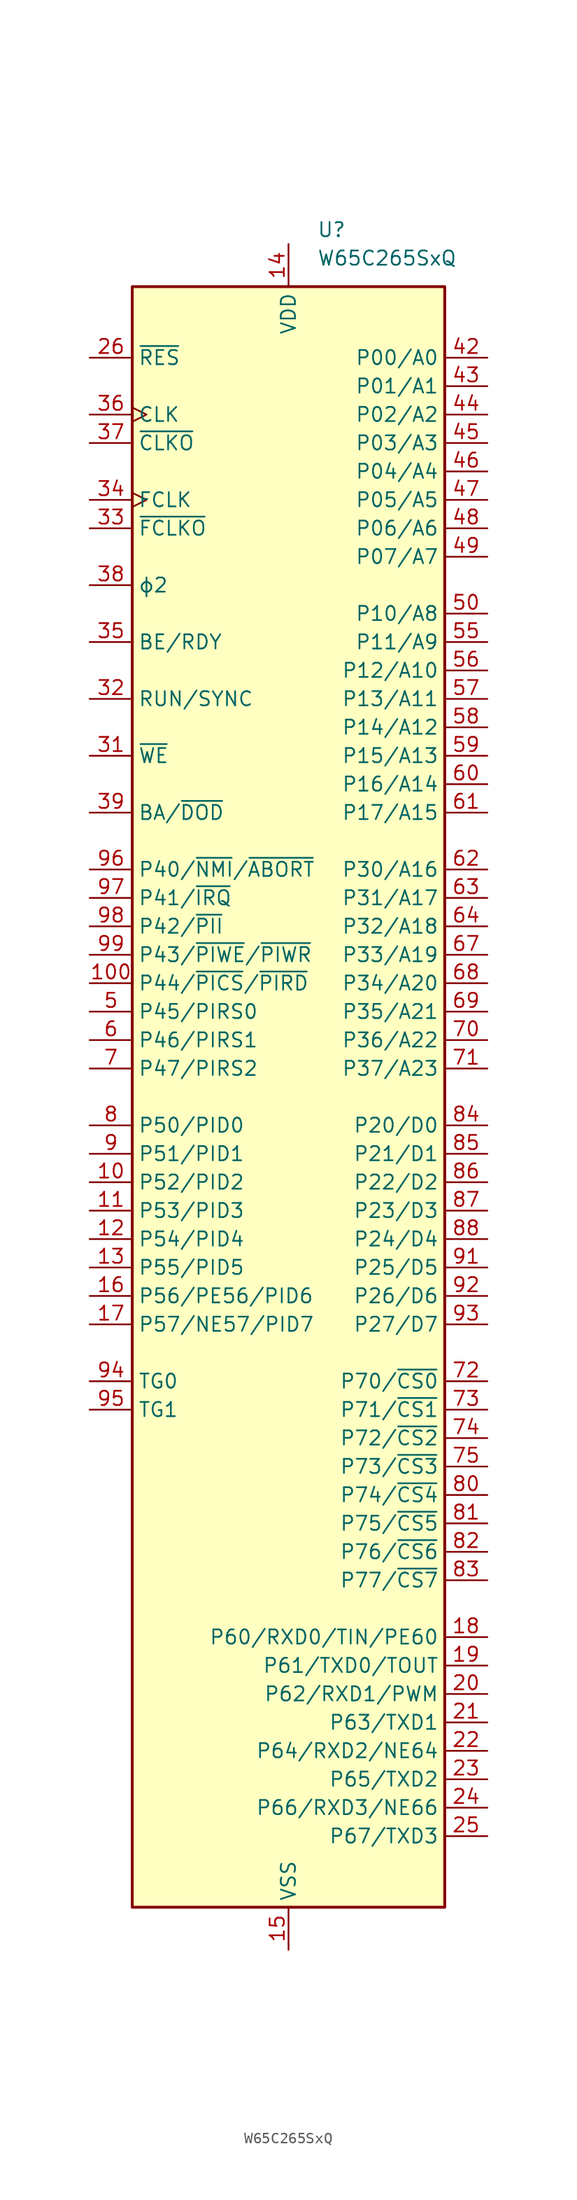
<source format=kicad_sym>
(kicad_symbol_lib
  (version 20211014)
  (generator kicad_symbol_editor)
  (symbol "W65C265SxQ"
    (property "Reference" "U"
      (at 2.54 77.47 0)
      (effects (font (size 1.27 1.27)) (justify left)))
    (property "Value" "W65C265SxQ"
      (at 2.54 74.93 0)
      (effects (font (size 1.27 1.27)) (justify left)))
    (symbol "W65C265SxQ_0_1"
      (rectangle (start -13.97 72.39) (end 13.97 -72.39) (stroke (width 0.254) (type default) (color 0 0 0 0)) (fill (type background))))
    (symbol "W65C265SxQ_1_1"
      (pin no_connect non_logic (at -13.97 -30.48 0) (length 2.54) hide (name "nc" (effects (font (size 1.27 1.27)))) (number "1" (effects (font (size 1.27 1.27)))))
      (pin bidirectional line (at -17.78 -7.62 0) (length 3.81) (name "P52/PID2" (effects (font (size 1.27 1.27)))) (number "10" (effects (font (size 1.27 1.27)))))
      (pin bidirectional line (at -17.78 10.16 0) (length 3.81) (name "P44/~{PICS}/~{PIRD}" (effects (font (size 1.27 1.27)))) (number "100" (effects (font (size 1.27 1.27)))))
      (pin bidirectional line (at -17.78 -10.16 0) (length 3.81) (name "P53/PID3" (effects (font (size 1.27 1.27)))) (number "11" (effects (font (size 1.27 1.27)))))
      (pin bidirectional line (at -17.78 -12.7 0) (length 3.81) (name "P54/PID4" (effects (font (size 1.27 1.27)))) (number "12" (effects (font (size 1.27 1.27)))))
      (pin bidirectional line (at -17.78 -15.24 0) (length 3.81) (name "P55/PID5" (effects (font (size 1.27 1.27)))) (number "13" (effects (font (size 1.27 1.27)))))
      (pin power_in line (at 0 76.2 270) (length 3.81) (name "VDD" (effects (font (size 1.27 1.27)))) (number "14" (effects (font (size 1.27 1.27)))))
      (pin power_in line (at 0 -76.2 90) (length 3.81) (name "VSS" (effects (font (size 1.27 1.27)))) (number "15" (effects (font (size 1.27 1.27)))))
      (pin bidirectional line (at -17.78 -17.78 0) (length 3.81) (name "P56/PE56/PID6" (effects (font (size 1.27 1.27)))) (number "16" (effects (font (size 1.27 1.27)))))
      (pin bidirectional line (at -17.78 -20.32 0) (length 3.81) (name "P57/NE57/PID7" (effects (font (size 1.27 1.27)))) (number "17" (effects (font (size 1.27 1.27)))))
      (pin bidirectional line (at 17.78 -48.26 180) (length 3.81) (name "P60/RXD0/TIN/PE60" (effects (font (size 1.27 1.27)))) (number "18" (effects (font (size 1.27 1.27)))))
      (pin bidirectional line (at 17.78 -50.8 180) (length 3.81) (name "P61/TXD0/TOUT" (effects (font (size 1.27 1.27)))) (number "19" (effects (font (size 1.27 1.27)))))
      (pin no_connect non_logic (at -13.97 -33.02 0) (length 2.54) hide (name "nc" (effects (font (size 1.27 1.27)))) (number "2" (effects (font (size 1.27 1.27)))))
      (pin bidirectional line (at 17.78 -53.34 180) (length 3.81) (name "P62/RXD1/PWM" (effects (font (size 1.27 1.27)))) (number "20" (effects (font (size 1.27 1.27)))))
      (pin bidirectional line (at 17.78 -55.88 180) (length 3.81) (name "P63/TXD1" (effects (font (size 1.27 1.27)))) (number "21" (effects (font (size 1.27 1.27)))))
      (pin bidirectional line (at 17.78 -58.42 180) (length 3.81) (name "P64/RXD2/NE64" (effects (font (size 1.27 1.27)))) (number "22" (effects (font (size 1.27 1.27)))))
      (pin bidirectional line (at 17.78 -60.96 180) (length 3.81) (name "P65/TXD2" (effects (font (size 1.27 1.27)))) (number "23" (effects (font (size 1.27 1.27)))))
      (pin bidirectional line (at 17.78 -63.5 180) (length 3.81) (name "P66/RXD3/NE66" (effects (font (size 1.27 1.27)))) (number "24" (effects (font (size 1.27 1.27)))))
      (pin bidirectional line (at 17.78 -66.04 180) (length 3.81) (name "P67/TXD3" (effects (font (size 1.27 1.27)))) (number "25" (effects (font (size 1.27 1.27)))))
      (pin open_collector line (at -17.78 66.04 0) (length 3.81) (name "~{RES}" (effects (font (size 1.27 1.27)))) (number "26" (effects (font (size 1.27 1.27)))))
      (pin no_connect non_logic (at -13.97 -40.64 0) (length 2.54) hide (name "nc" (effects (font (size 1.27 1.27)))) (number "27" (effects (font (size 1.27 1.27)))))
      (pin no_connect non_logic (at -13.97 -43.18 0) (length 2.54) hide (name "nc" (effects (font (size 1.27 1.27)))) (number "28" (effects (font (size 1.27 1.27)))))
      (pin no_connect non_logic (at -13.97 -45.72 0) (length 2.54) hide (name "nc" (effects (font (size 1.27 1.27)))) (number "29" (effects (font (size 1.27 1.27)))))
      (pin no_connect non_logic (at -13.97 -35.56 0) (length 2.54) hide (name "nc" (effects (font (size 1.27 1.27)))) (number "3" (effects (font (size 1.27 1.27)))))
      (pin no_connect non_logic (at -13.97 -48.26 0) (length 2.54) hide (name "nc" (effects (font (size 1.27 1.27)))) (number "30" (effects (font (size 1.27 1.27)))))
      (pin bidirectional line (at -17.78 30.48 0) (length 3.81) (name "~{WE}" (effects (font (size 1.27 1.27)))) (number "31" (effects (font (size 1.27 1.27)))))
      (pin output line (at -17.78 35.56 0) (length 3.81) (name "RUN/SYNC" (effects (font (size 1.27 1.27)))) (number "32" (effects (font (size 1.27 1.27)))))
      (pin output line (at -17.78 50.8 0) (length 3.81) (name "~{FCLKO}" (effects (font (size 1.27 1.27)))) (number "33" (effects (font (size 1.27 1.27)))))
      (pin input clock (at -17.78 53.34 0) (length 3.81) (name "FCLK" (effects (font (size 1.27 1.27)))) (number "34" (effects (font (size 1.27 1.27)))))
      (pin input line (at -17.78 40.64 0) (length 3.81) (name "BE/RDY" (effects (font (size 1.27 1.27)))) (number "35" (effects (font (size 1.27 1.27)))))
      (pin input clock (at -17.78 60.96 0) (length 3.81) (name "CLK" (effects (font (size 1.27 1.27)))) (number "36" (effects (font (size 1.27 1.27)))))
      (pin output line (at -17.78 58.42 0) (length 3.81) (name "~{CLKO}" (effects (font (size 1.27 1.27)))) (number "37" (effects (font (size 1.27 1.27)))))
      (pin output line (at -17.78 45.72 0) (length 3.81) (name "ϕ2" (effects (font (size 1.27 1.27)))) (number "38" (effects (font (size 1.27 1.27)))))
      (pin output line (at -17.78 25.4 0) (length 3.81) (name "BA/~{DOD}" (effects (font (size 1.27 1.27)))) (number "39" (effects (font (size 1.27 1.27)))))
      (pin no_connect non_logic (at -13.97 -38.1 0) (length 2.54) hide (name "nc" (effects (font (size 1.27 1.27)))) (number "4" (effects (font (size 1.27 1.27)))))
      (pin passive line (at 0 -76.2 90) (length 3.81) hide (name "VSS" (effects (font (size 1.27 1.27)))) (number "40" (effects (font (size 1.27 1.27)))))
      (pin passive line (at 0 76.2 270) (length 3.81) hide (name "VDD" (effects (font (size 1.27 1.27)))) (number "41" (effects (font (size 1.27 1.27)))))
      (pin bidirectional line (at 17.78 66.04 180) (length 3.81) (name "P00/A0" (effects (font (size 1.27 1.27)))) (number "42" (effects (font (size 1.27 1.27)))))
      (pin bidirectional line (at 17.78 63.5 180) (length 3.81) (name "P01/A1" (effects (font (size 1.27 1.27)))) (number "43" (effects (font (size 1.27 1.27)))))
      (pin bidirectional line (at 17.78 60.96 180) (length 3.81) (name "P02/A2" (effects (font (size 1.27 1.27)))) (number "44" (effects (font (size 1.27 1.27)))))
      (pin bidirectional line (at 17.78 58.42 180) (length 3.81) (name "P03/A3" (effects (font (size 1.27 1.27)))) (number "45" (effects (font (size 1.27 1.27)))))
      (pin bidirectional line (at 17.78 55.88 180) (length 3.81) (name "P04/A4" (effects (font (size 1.27 1.27)))) (number "46" (effects (font (size 1.27 1.27)))))
      (pin bidirectional line (at 17.78 53.34 180) (length 3.81) (name "P05/A5" (effects (font (size 1.27 1.27)))) (number "47" (effects (font (size 1.27 1.27)))))
      (pin bidirectional line (at 17.78 50.8 180) (length 3.81) (name "P06/A6" (effects (font (size 1.27 1.27)))) (number "48" (effects (font (size 1.27 1.27)))))
      (pin bidirectional line (at 17.78 48.26 180) (length 3.81) (name "P07/A7" (effects (font (size 1.27 1.27)))) (number "49" (effects (font (size 1.27 1.27)))))
      (pin bidirectional line (at -17.78 7.62 0) (length 3.81) (name "P45/PIRS0" (effects (font (size 1.27 1.27)))) (number "5" (effects (font (size 1.27 1.27)))))
      (pin bidirectional line (at 17.78 43.18 180) (length 3.81) (name "P10/A8" (effects (font (size 1.27 1.27)))) (number "50" (effects (font (size 1.27 1.27)))))
      (pin no_connect non_logic (at -13.97 -50.8 0) (length 2.54) hide (name "nc" (effects (font (size 1.27 1.27)))) (number "51" (effects (font (size 1.27 1.27)))))
      (pin no_connect non_logic (at -13.97 -53.34 0) (length 2.54) hide (name "nc" (effects (font (size 1.27 1.27)))) (number "52" (effects (font (size 1.27 1.27)))))
      (pin no_connect non_logic (at -13.97 -55.88 0) (length 2.54) hide (name "nc" (effects (font (size 1.27 1.27)))) (number "53" (effects (font (size 1.27 1.27)))))
      (pin no_connect non_logic (at -13.97 -58.42 0) (length 2.54) hide (name "nc" (effects (font (size 1.27 1.27)))) (number "54" (effects (font (size 1.27 1.27)))))
      (pin bidirectional line (at 17.78 40.64 180) (length 3.81) (name "P11/A9" (effects (font (size 1.27 1.27)))) (number "55" (effects (font (size 1.27 1.27)))))
      (pin bidirectional line (at 17.78 38.1 180) (length 3.81) (name "P12/A10" (effects (font (size 1.27 1.27)))) (number "56" (effects (font (size 1.27 1.27)))))
      (pin bidirectional line (at 17.78 35.56 180) (length 3.81) (name "P13/A11" (effects (font (size 1.27 1.27)))) (number "57" (effects (font (size 1.27 1.27)))))
      (pin bidirectional line (at 17.78 33.02 180) (length 3.81) (name "P14/A12" (effects (font (size 1.27 1.27)))) (number "58" (effects (font (size 1.27 1.27)))))
      (pin bidirectional line (at 17.78 30.48 180) (length 3.81) (name "P15/A13" (effects (font (size 1.27 1.27)))) (number "59" (effects (font (size 1.27 1.27)))))
      (pin bidirectional line (at -17.78 5.08 0) (length 3.81) (name "P46/PIRS1" (effects (font (size 1.27 1.27)))) (number "6" (effects (font (size 1.27 1.27)))))
      (pin bidirectional line (at 17.78 27.94 180) (length 3.81) (name "P16/A14" (effects (font (size 1.27 1.27)))) (number "60" (effects (font (size 1.27 1.27)))))
      (pin bidirectional line (at 17.78 25.4 180) (length 3.81) (name "P17/A15" (effects (font (size 1.27 1.27)))) (number "61" (effects (font (size 1.27 1.27)))))
      (pin bidirectional line (at 17.78 20.32 180) (length 3.81) (name "P30/A16" (effects (font (size 1.27 1.27)))) (number "62" (effects (font (size 1.27 1.27)))))
      (pin bidirectional line (at 17.78 17.78 180) (length 3.81) (name "P31/A17" (effects (font (size 1.27 1.27)))) (number "63" (effects (font (size 1.27 1.27)))))
      (pin bidirectional line (at 17.78 15.24 180) (length 3.81) (name "P32/A18" (effects (font (size 1.27 1.27)))) (number "64" (effects (font (size 1.27 1.27)))))
      (pin passive line (at 0 -76.2 90) (length 3.81) hide (name "VSS" (effects (font (size 1.27 1.27)))) (number "65" (effects (font (size 1.27 1.27)))))
      (pin passive line (at 0 76.2 270) (length 3.81) hide (name "VDD" (effects (font (size 1.27 1.27)))) (number "66" (effects (font (size 1.27 1.27)))))
      (pin bidirectional line (at 17.78 12.7 180) (length 3.81) (name "P33/A19" (effects (font (size 1.27 1.27)))) (number "67" (effects (font (size 1.27 1.27)))))
      (pin bidirectional line (at 17.78 10.16 180) (length 3.81) (name "P34/A20" (effects (font (size 1.27 1.27)))) (number "68" (effects (font (size 1.27 1.27)))))
      (pin bidirectional line (at 17.78 7.62 180) (length 3.81) (name "P35/A21" (effects (font (size 1.27 1.27)))) (number "69" (effects (font (size 1.27 1.27)))))
      (pin bidirectional line (at -17.78 2.54 0) (length 3.81) (name "P47/PIRS2" (effects (font (size 1.27 1.27)))) (number "7" (effects (font (size 1.27 1.27)))))
      (pin bidirectional line (at 17.78 5.08 180) (length 3.81) (name "P36/A22" (effects (font (size 1.27 1.27)))) (number "70" (effects (font (size 1.27 1.27)))))
      (pin bidirectional line (at 17.78 2.54 180) (length 3.81) (name "P37/A23" (effects (font (size 1.27 1.27)))) (number "71" (effects (font (size 1.27 1.27)))))
      (pin bidirectional line (at 17.78 -25.4 180) (length 3.81) (name "P70/~{CS0}" (effects (font (size 1.27 1.27)))) (number "72" (effects (font (size 1.27 1.27)))))
      (pin bidirectional line (at 17.78 -27.94 180) (length 3.81) (name "P71/~{CS1}" (effects (font (size 1.27 1.27)))) (number "73" (effects (font (size 1.27 1.27)))))
      (pin bidirectional line (at 17.78 -30.48 180) (length 3.81) (name "P72/~{CS2}" (effects (font (size 1.27 1.27)))) (number "74" (effects (font (size 1.27 1.27)))))
      (pin bidirectional line (at 17.78 -33.02 180) (length 3.81) (name "P73/~{CS3}" (effects (font (size 1.27 1.27)))) (number "75" (effects (font (size 1.27 1.27)))))
      (pin no_connect non_logic (at -13.97 -60.96 0) (length 2.54) hide (name "nc" (effects (font (size 1.27 1.27)))) (number "76" (effects (font (size 1.27 1.27)))))
      (pin no_connect non_logic (at -13.97 -63.5 0) (length 2.54) hide (name "nc" (effects (font (size 1.27 1.27)))) (number "77" (effects (font (size 1.27 1.27)))))
      (pin no_connect non_logic (at -13.97 -66.04 0) (length 2.54) hide (name "nc" (effects (font (size 1.27 1.27)))) (number "78" (effects (font (size 1.27 1.27)))))
      (pin no_connect non_logic (at -13.97 -68.58 0) (length 2.54) hide (name "nc" (effects (font (size 1.27 1.27)))) (number "79" (effects (font (size 1.27 1.27)))))
      (pin bidirectional line (at -17.78 -2.54 0) (length 3.81) (name "P50/PID0" (effects (font (size 1.27 1.27)))) (number "8" (effects (font (size 1.27 1.27)))))
      (pin bidirectional line (at 17.78 -35.56 180) (length 3.81) (name "P74/~{CS4}" (effects (font (size 1.27 1.27)))) (number "80" (effects (font (size 1.27 1.27)))))
      (pin bidirectional line (at 17.78 -38.1 180) (length 3.81) (name "P75/~{CS5}" (effects (font (size 1.27 1.27)))) (number "81" (effects (font (size 1.27 1.27)))))
      (pin bidirectional line (at 17.78 -40.64 180) (length 3.81) (name "P76/~{CS6}" (effects (font (size 1.27 1.27)))) (number "82" (effects (font (size 1.27 1.27)))))
      (pin bidirectional line (at 17.78 -43.18 180) (length 3.81) (name "P77/~{CS7}" (effects (font (size 1.27 1.27)))) (number "83" (effects (font (size 1.27 1.27)))))
      (pin bidirectional line (at 17.78 -2.54 180) (length 3.81) (name "P20/D0" (effects (font (size 1.27 1.27)))) (number "84" (effects (font (size 1.27 1.27)))))
      (pin bidirectional line (at 17.78 -5.08 180) (length 3.81) (name "P21/D1" (effects (font (size 1.27 1.27)))) (number "85" (effects (font (size 1.27 1.27)))))
      (pin bidirectional line (at 17.78 -7.62 180) (length 3.81) (name "P22/D2" (effects (font (size 1.27 1.27)))) (number "86" (effects (font (size 1.27 1.27)))))
      (pin bidirectional line (at 17.78 -10.16 180) (length 3.81) (name "P23/D3" (effects (font (size 1.27 1.27)))) (number "87" (effects (font (size 1.27 1.27)))))
      (pin bidirectional line (at 17.78 -12.7 180) (length 3.81) (name "P24/D4" (effects (font (size 1.27 1.27)))) (number "88" (effects (font (size 1.27 1.27)))))
      (pin passive line (at 0 76.2 270) (length 3.81) hide (name "VDD" (effects (font (size 1.27 1.27)))) (number "89" (effects (font (size 1.27 1.27)))))
      (pin bidirectional line (at -17.78 -5.08 0) (length 3.81) (name "P51/PID1" (effects (font (size 1.27 1.27)))) (number "9" (effects (font (size 1.27 1.27)))))
      (pin passive line (at 0 -76.2 90) (length 3.81) hide (name "VSS" (effects (font (size 1.27 1.27)))) (number "90" (effects (font (size 1.27 1.27)))))
      (pin bidirectional line (at 17.78 -15.24 180) (length 3.81) (name "P25/D5" (effects (font (size 1.27 1.27)))) (number "91" (effects (font (size 1.27 1.27)))))
      (pin bidirectional line (at 17.78 -17.78 180) (length 3.81) (name "P26/D6" (effects (font (size 1.27 1.27)))) (number "92" (effects (font (size 1.27 1.27)))))
      (pin bidirectional line (at 17.78 -20.32 180) (length 3.81) (name "P27/D7" (effects (font (size 1.27 1.27)))) (number "93" (effects (font (size 1.27 1.27)))))
      (pin output line (at -17.78 -25.4 0) (length 3.81) (name "TG0" (effects (font (size 1.27 1.27)))) (number "94" (effects (font (size 1.27 1.27)))))
      (pin output line (at -17.78 -27.94 0) (length 3.81) (name "TG1" (effects (font (size 1.27 1.27)))) (number "95" (effects (font (size 1.27 1.27)))))
      (pin bidirectional line (at -17.78 20.32 0) (length 3.81) (name "P40/~{NMI}/~{ABORT}" (effects (font (size 1.27 1.27)))) (number "96" (effects (font (size 1.27 1.27)))))
      (pin bidirectional line (at -17.78 17.78 0) (length 3.81) (name "P41/~{IRQ}" (effects (font (size 1.27 1.27)))) (number "97" (effects (font (size 1.27 1.27)))))
      (pin bidirectional line (at -17.78 15.24 0) (length 3.81) (name "P42/~{PII}" (effects (font (size 1.27 1.27)))) (number "98" (effects (font (size 1.27 1.27)))))
      (pin bidirectional line (at -17.78 12.7 0) (length 3.81) (name "P43/~{PIWE}/~{PIWR}" (effects (font (size 1.27 1.27)))) (number "99" (effects (font (size 1.27 1.27))))))))
</source>
